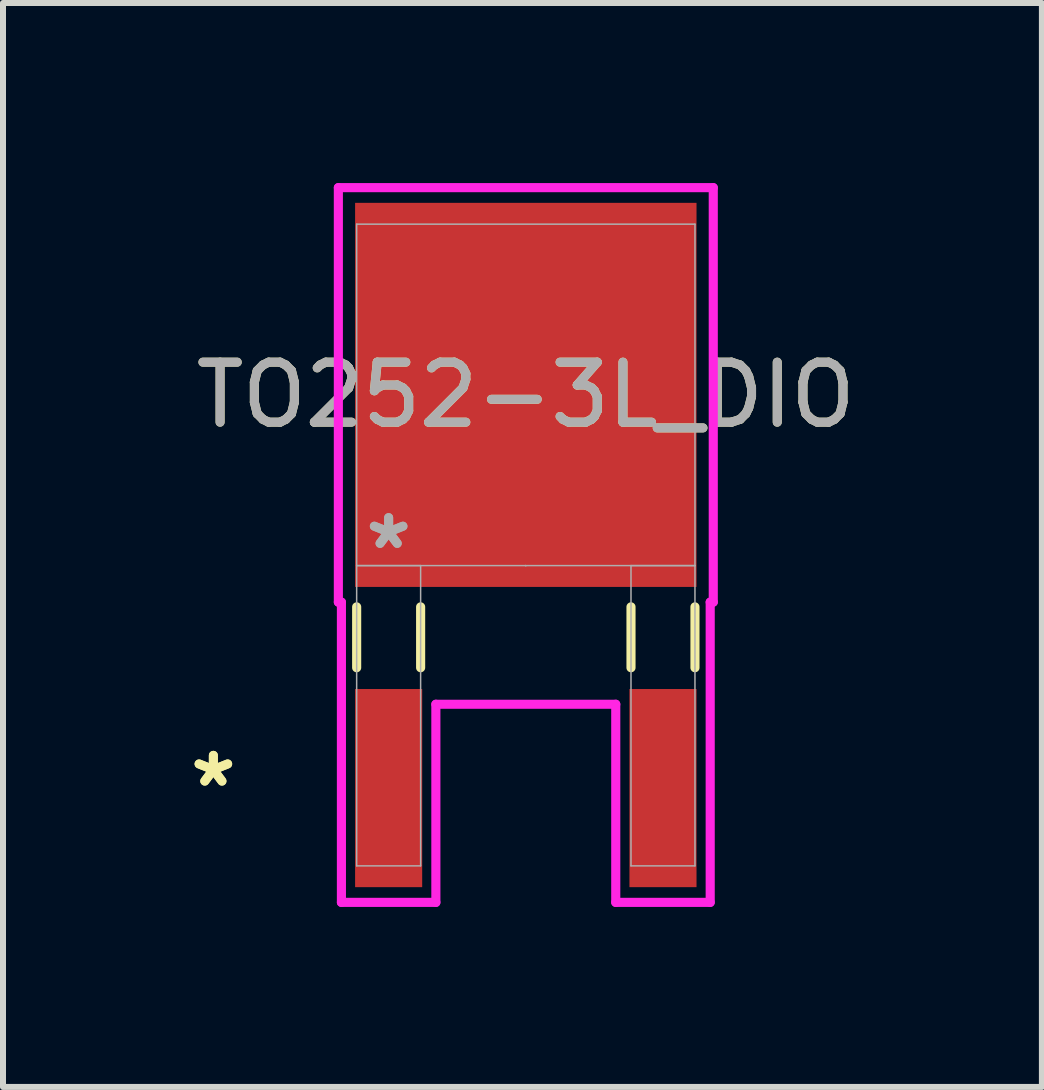
<source format=kicad_pcb>
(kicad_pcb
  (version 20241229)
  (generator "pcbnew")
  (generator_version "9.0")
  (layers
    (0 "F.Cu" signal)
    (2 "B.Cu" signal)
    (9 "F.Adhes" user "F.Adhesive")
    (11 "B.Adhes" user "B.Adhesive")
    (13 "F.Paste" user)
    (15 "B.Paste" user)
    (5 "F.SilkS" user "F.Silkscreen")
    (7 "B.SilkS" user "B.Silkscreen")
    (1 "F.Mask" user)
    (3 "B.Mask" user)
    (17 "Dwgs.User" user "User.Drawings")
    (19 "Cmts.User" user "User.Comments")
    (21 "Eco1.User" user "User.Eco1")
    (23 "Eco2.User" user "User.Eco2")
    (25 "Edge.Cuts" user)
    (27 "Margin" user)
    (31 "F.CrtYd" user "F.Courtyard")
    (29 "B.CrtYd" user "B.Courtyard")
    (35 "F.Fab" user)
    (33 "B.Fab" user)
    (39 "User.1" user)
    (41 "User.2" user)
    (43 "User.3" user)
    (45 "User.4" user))
  (footprint "TO252-3L_DIO"
    (layer "F.Cu")
    (at 5.713 3.531)
    (property "Reference" "TO252-3L_DIO" (at 0 0 0) (unlocked yes) (layer "F.SilkS") (effects (font (size 1 1) (thickness 0.15))))
    (attr smd)
    (fp_line (start -2.819 3.533) (end -2.819 4.547) (stroke (width 0.152) (type solid)) (layer "F.SilkS"))
    (fp_line (start -1.753 3.533) (end -1.753 4.547) (stroke (width 0.152) (type solid)) (layer "F.SilkS"))
    (fp_line (start 1.753 3.533) (end 1.753 4.547) (stroke (width 0.152) (type solid)) (layer "F.SilkS"))
    (fp_line (start 2.819 3.533) (end 2.819 4.547) (stroke (width 0.152) (type solid)) (layer "F.SilkS"))
    (fp_line (start -3.124 -3.454) (end 3.124 -3.454) (stroke (width 0.152) (type solid)) (layer "F.CrtYd"))
    (fp_line (start -3.124 3.454) (end -3.124 -3.454) (stroke (width 0.152) (type solid)) (layer "F.CrtYd"))
    (fp_line (start -3.073 3.454) (end -3.124 3.454) (stroke (width 0.152) (type solid)) (layer "F.CrtYd"))
    (fp_line (start -3.073 8.458) (end -3.073 3.454) (stroke (width 0.152) (type solid)) (layer "F.CrtYd"))
    (fp_line (start -1.499 5.156) (end -1.499 8.458) (stroke (width 0.152) (type solid)) (layer "F.CrtYd"))
    (fp_line (start -1.499 8.458) (end -3.073 8.458) (stroke (width 0.152) (type solid)) (layer "F.CrtYd"))
    (fp_line (start 1.499 5.156) (end -1.499 5.156) (stroke (width 0.152) (type solid)) (layer "F.CrtYd"))
    (fp_line (start 1.499 8.458) (end 1.499 5.156) (stroke (width 0.152) (type solid)) (layer "F.CrtYd"))
    (fp_line (start 3.073 3.454) (end 3.073 8.458) (stroke (width 0.152) (type solid)) (layer "F.CrtYd"))
    (fp_line (start 3.073 8.458) (end 1.499 8.458) (stroke (width 0.152) (type solid)) (layer "F.CrtYd"))
    (fp_line (start 3.124 -3.454) (end 3.124 3.454) (stroke (width 0.152) (type solid)) (layer "F.CrtYd"))
    (fp_line (start 3.124 3.454) (end 3.073 3.454) (stroke (width 0.152) (type solid)) (layer "F.CrtYd"))
    (fp_line (start -2.819 -2.845) (end -2.819 2.845) (stroke (width 0.025) (type solid)) (layer "F.Fab"))
    (fp_line (start -2.819 2.845) (end -2.819 7.849) (stroke (width 0.025) (type solid)) (layer "F.Fab"))
    (fp_line (start -2.819 2.845) (end 2.819 2.845) (stroke (width 0.025) (type solid)) (layer "F.Fab"))
    (fp_line (start -2.819 7.849) (end -1.753 7.849) (stroke (width 0.025) (type solid)) (layer "F.Fab"))
    (fp_line (start -1.753 2.845) (end -2.819 2.845) (stroke (width 0.025) (type solid)) (layer "F.Fab"))
    (fp_line (start -1.753 7.849) (end -1.753 2.845) (stroke (width 0.025) (type solid)) (layer "F.Fab"))
    (fp_line (start 0 2.845) (end 0 2.845) (stroke (width 0.025) (type solid)) (layer "F.Fab"))
    (fp_line (start 0 2.845) (end 0 2.845) (stroke (width 0.025) (type solid)) (layer "F.Fab"))
    (fp_line (start 0 2.845) (end 0 2.845) (stroke (width 0.025) (type solid)) (layer "F.Fab"))
    (fp_line (start 1.753 2.845) (end 1.753 7.849) (stroke (width 0.025) (type solid)) (layer "F.Fab"))
    (fp_line (start 1.753 7.849) (end 2.819 7.849) (stroke (width 0.025) (type solid)) (layer "F.Fab"))
    (fp_line (start 2.819 -2.845) (end -2.819 -2.845) (stroke (width 0.025) (type solid)) (layer "F.Fab"))
    (fp_line (start 2.819 2.845) (end 1.753 2.845) (stroke (width 0.025) (type solid)) (layer "F.Fab"))
    (fp_line (start 2.819 2.845) (end 2.819 -2.845) (stroke (width 0.025) (type solid)) (layer "F.Fab"))
    (fp_line (start 2.819 7.849) (end 2.819 2.845) (stroke (width 0.025) (type solid)) (layer "F.Fab"))
    (fp_text user "*" (at -5.207 6.553 0) (unlocked yes) (layer "F.SilkS") (effects (font (size 1 1) (thickness 0.15))))
    (fp_text user "*" (at -5.207 6.553 0) (layer "F.SilkS") (effects (font (size 1 1) (thickness 0.15))))
    (fp_text user "*" (at -2.286 2.591 0) (unlocked yes) (layer "F.Fab") (effects (font (size 1 1) (thickness 0.15))))
    (fp_text user "*" (at -2.286 2.591 0) (layer "F.Fab") (effects (font (size 1 1) (thickness 0.15))))
    (fp_text user "${REFERENCE}" (at 0 0 0) (unlocked yes) (layer "F.Fab") (effects (font (size 1 1) (thickness 0.15))))
    (pad "1" smd rect (at -2.286 6.553) (size 1.118 3.302) (layers "F.Cu" "F.Mask" "F.Paste"))
    (pad "2" smd rect (at 0 0) (size 5.69 6.401) (layers "F.Cu" "F.Mask" "F.Paste"))
    (pad "3" smd rect (at 2.286 6.553) (size 1.118 3.302) (layers "F.Cu" "F.Mask" "F.Paste")))
  (gr_rect
    (start -3 -3)
    (end 14.314 15.065)
    (stroke (width 0.1) (type default))
    (fill no)
    (layer "Edge.Cuts")))
</source>
